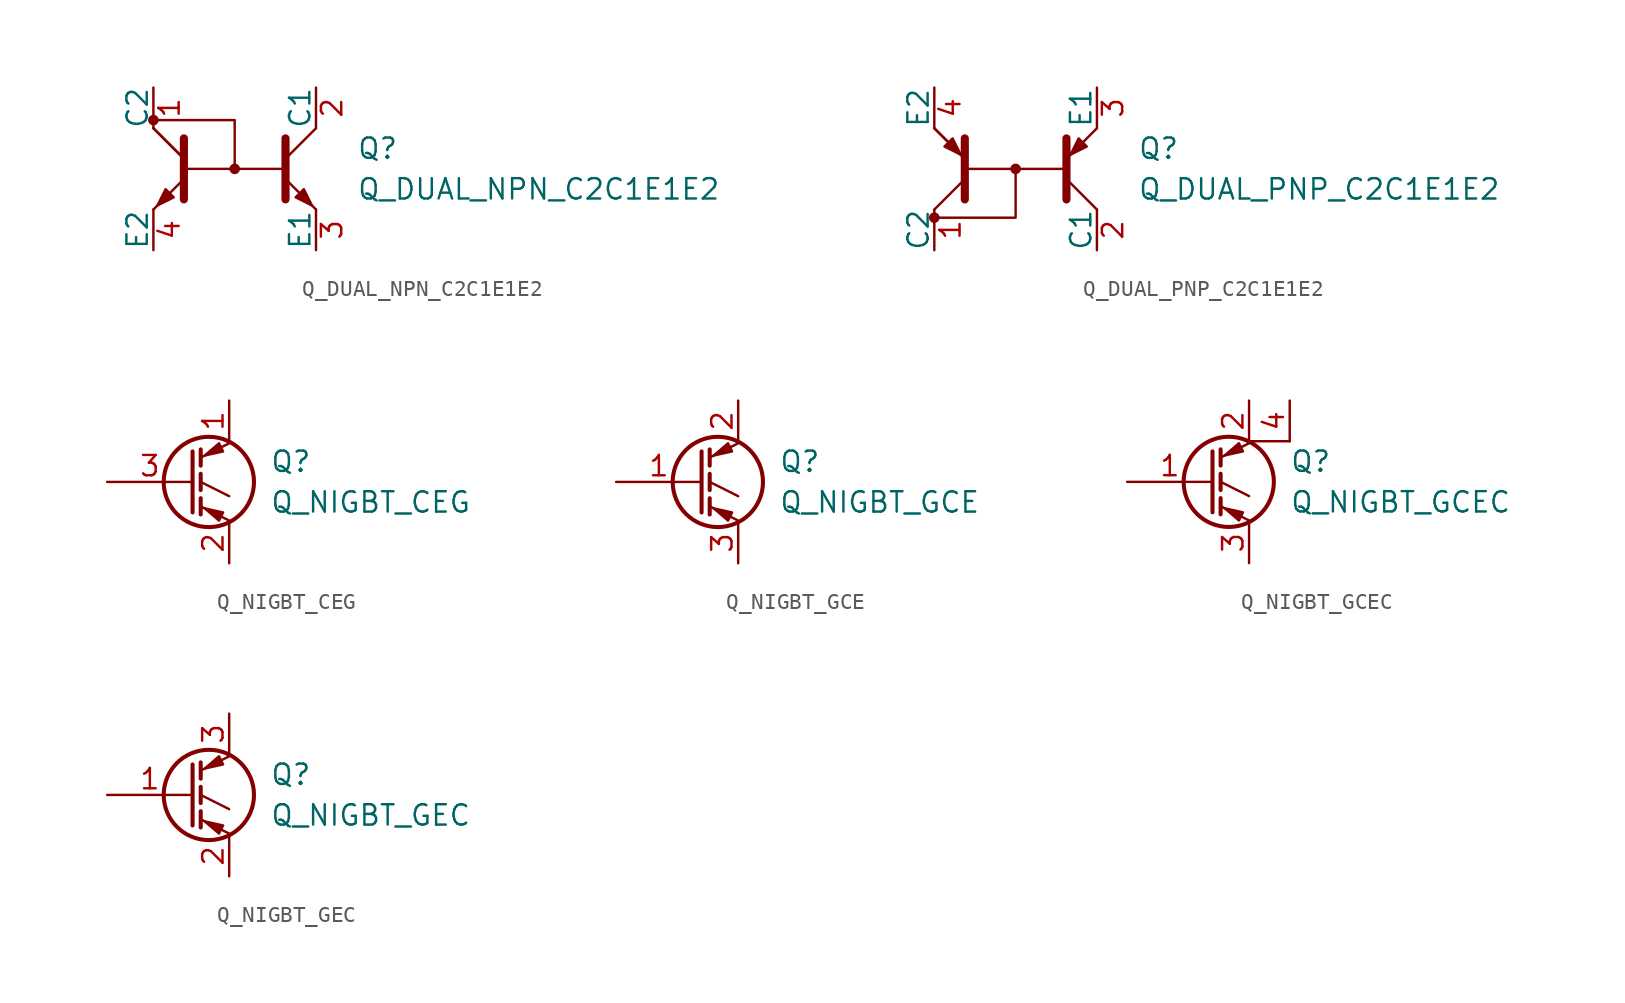
<source format=kicad_sym>
(kicad_symbol_lib
  (version 20211014)
  (generator kicad_symbol_editor)
  (symbol "Q_DUAL_NPN_C2C1E1E2"
    (pin_names
      (offset 0))
    (property "Reference" "Q"
      (at 7.62 1.27 0)
      (effects (font (size 1.27 1.27)) (justify left)))
    (property "Value" "Q_DUAL_NPN_C2C1E1E2"
      (at 7.62 -1.27 0)
      (effects (font (size 1.27 1.27)) (justify left)))
    (property "Datasheet" ""
      (at -2.54 0 0)
      (effects (font (size 1.27 1.27)) (justify left)))
    (symbol "Q_DUAL_NPN_C2C1E1E2_0_1"
      (circle (center -5.08 3.048) (radius 0.254) (stroke (width 0) (type default) (color 0 0 0 0)) (fill (type outline)))
      (polyline (pts (xy -5.08 -2.54) (xy -3.175 -0.635)) (stroke (width 0) (type default) (color 0 0 0 0)) (fill (type none)))
      (polyline (pts (xy -5.08 2.54) (xy -3.175 0.635)) (stroke (width 0) (type default) (color 0 0 0 0)) (fill (type none)))
      (polyline (pts (xy -5.08 2.54) (xy -3.175 0.635)) (stroke (width 0) (type default) (color 0 0 0 0)) (fill (type none)))
      (polyline (pts (xy 3.175 0) (xy -3.175 0)) (stroke (width 0) (type default) (color 0 0 0 0)) (fill (type none)))
      (polyline (pts (xy 5.08 -2.54) (xy 3.175 -0.635)) (stroke (width 0) (type default) (color 0 0 0 0)) (fill (type none)))
      (polyline (pts (xy 5.08 2.54) (xy 3.175 0.635)) (stroke (width 0) (type default) (color 0 0 0 0)) (fill (type none)))
      (polyline (pts (xy -3.175 -1.905) (xy -3.175 1.905) (xy -3.175 1.905)) (stroke (width 0.508) (type default) (color 0 0 0 0)) (fill (type outline)))
      (polyline (pts (xy 0 0) (xy 0 3.048) (xy -5.08 3.048)) (stroke (width 0) (type default) (color 0 0 0 0)) (fill (type none)))
      (polyline (pts (xy 3.175 -1.905) (xy 3.175 1.905) (xy 3.175 1.905)) (stroke (width 0.508) (type default) (color 0 0 0 0)) (fill (type outline)))
      (polyline (pts (xy -3.81 -1.778) (xy -4.318 -1.27) (xy -4.826 -2.286) (xy -3.81 -1.778) (xy -3.81 -1.778)) (stroke (width 0) (type default) (color 0 0 0 0)) (fill (type outline)))
      (polyline (pts (xy 3.81 -1.778) (xy 4.318 -1.27) (xy 4.826 -2.286) (xy 3.81 -1.778) (xy 3.81 -1.778)) (stroke (width 0) (type default) (color 0 0 0 0)) (fill (type outline)))
      (circle (center 0 0) (radius 0.254) (stroke (width 0) (type default) (color 0 0 0 0)) (fill (type outline))))
    (symbol "Q_DUAL_NPN_C2C1E1E2_1_1"
      (pin passive line (at -5.08 5.08 270) (length 2.54) (name "C2" (effects (font (size 1.27 1.27)))) (number "1" (effects (font (size 1.27 1.27)))))
      (pin passive line (at 5.08 5.08 270) (length 2.54) (name "C1" (effects (font (size 1.27 1.27)))) (number "2" (effects (font (size 1.27 1.27)))))
      (pin passive line (at 5.08 -5.08 90) (length 2.54) (name "E1" (effects (font (size 1.27 1.27)))) (number "3" (effects (font (size 1.27 1.27)))))
      (pin passive line (at -5.08 -5.08 90) (length 2.54) (name "E2" (effects (font (size 1.27 1.27)))) (number "4" (effects (font (size 1.27 1.27)))))))
  (symbol "Q_DUAL_PNP_C2C1E1E2"
    (pin_names
      (offset 0))
    (property "Reference" "Q"
      (at 7.62 1.27 0)
      (effects (font (size 1.27 1.27)) (justify left)))
    (property "Value" "Q_DUAL_PNP_C2C1E1E2"
      (at 7.62 -1.27 0)
      (effects (font (size 1.27 1.27)) (justify left)))
    (property "Datasheet" ""
      (at -2.54 0 0)
      (effects (font (size 1.27 1.27)) (justify left)))
    (symbol "Q_DUAL_PNP_C2C1E1E2_0_1"
      (circle (center -5.08 -3.048) (radius 0.254) (stroke (width 0) (type default) (color 0 0 0 0)) (fill (type outline)))
      (polyline (pts (xy -5.08 -2.54) (xy -3.175 -0.635)) (stroke (width 0) (type default) (color 0 0 0 0)) (fill (type none)))
      (polyline (pts (xy -5.08 2.54) (xy -3.175 0.635)) (stroke (width 0) (type default) (color 0 0 0 0)) (fill (type none)))
      (polyline (pts (xy -5.08 2.54) (xy -3.175 0.635)) (stroke (width 0) (type default) (color 0 0 0 0)) (fill (type none)))
      (polyline (pts (xy 3.175 0) (xy -3.175 0)) (stroke (width 0) (type default) (color 0 0 0 0)) (fill (type none)))
      (polyline (pts (xy 5.08 -2.54) (xy 3.175 -0.635)) (stroke (width 0) (type default) (color 0 0 0 0)) (fill (type none)))
      (polyline (pts (xy 5.08 2.54) (xy 3.175 0.635)) (stroke (width 0) (type default) (color 0 0 0 0)) (fill (type none)))
      (polyline (pts (xy -3.175 -1.905) (xy -3.175 1.905) (xy -3.175 1.905)) (stroke (width 0.508) (type default) (color 0 0 0 0)) (fill (type outline)))
      (polyline (pts (xy 0 0) (xy 0 -3.048) (xy -5.08 -3.048)) (stroke (width 0) (type default) (color 0 0 0 0)) (fill (type none)))
      (polyline (pts (xy 3.175 -1.905) (xy 3.175 1.905) (xy 3.175 1.905)) (stroke (width 0.508) (type default) (color 0 0 0 0)) (fill (type outline)))
      (polyline (pts (xy -3.937 1.905) (xy -4.445 1.397) (xy -3.429 0.889) (xy -3.937 1.905) (xy -3.937 1.905)) (stroke (width 0) (type default) (color 0 0 0 0)) (fill (type outline)))
      (polyline (pts (xy 3.937 1.905) (xy 4.445 1.397) (xy 3.429 0.889) (xy 3.937 1.905) (xy 3.937 1.905)) (stroke (width 0) (type default) (color 0 0 0 0)) (fill (type outline)))
      (circle (center 0 0) (radius 0.254) (stroke (width 0) (type default) (color 0 0 0 0)) (fill (type outline))))
    (symbol "Q_DUAL_PNP_C2C1E1E2_1_1"
      (pin passive line (at -5.08 -5.08 90) (length 2.54) (name "C2" (effects (font (size 1.27 1.27)))) (number "1" (effects (font (size 1.27 1.27)))))
      (pin passive line (at 5.08 -5.08 90) (length 2.54) (name "C1" (effects (font (size 1.27 1.27)))) (number "2" (effects (font (size 1.27 1.27)))))
      (pin passive line (at 5.08 5.08 270) (length 2.54) (name "E1" (effects (font (size 1.27 1.27)))) (number "3" (effects (font (size 1.27 1.27)))))
      (pin passive line (at -5.08 5.08 270) (length 2.54) (name "E2" (effects (font (size 1.27 1.27)))) (number "4" (effects (font (size 1.27 1.27)))))))
  (symbol "Q_NIGBT_CEG"
    (pin_names
      (offset 0) hide)
    (property "Reference" "Q"
      (at 5.08 1.27 0)
      (effects (font (size 1.27 1.27)) (justify left)))
    (property "Value" "Q_NIGBT_CEG"
      (at 5.08 -1.27 0)
      (effects (font (size 1.27 1.27)) (justify left)))
    (symbol "Q_NIGBT_CEG_0_1"
      (polyline (pts (xy 0.762 -1.016) (xy 0.762 -2.032)) (stroke (width 0.254) (type default) (color 0 0 0 0)) (fill (type none)))
      (polyline (pts (xy 0.762 0.508) (xy 0.762 -0.508)) (stroke (width 0.254) (type default) (color 0 0 0 0)) (fill (type none)))
      (polyline (pts (xy 0.762 2.032) (xy 0.762 1.016)) (stroke (width 0.254) (type default) (color 0 0 0 0)) (fill (type none)))
      (polyline (pts (xy 2.54 -2.413) (xy 0.762 -1.524)) (stroke (width 0) (type default) (color 0 0 0 0)) (fill (type none)))
      (polyline (pts (xy 2.54 -0.889) (xy 0.762 0)) (stroke (width 0) (type default) (color 0 0 0 0)) (fill (type none)))
      (polyline (pts (xy 2.54 2.413) (xy 0.762 1.524)) (stroke (width 0) (type default) (color 0 0 0 0)) (fill (type none)))
      (polyline (pts (xy 0.254 1.905) (xy 0.254 -1.905) (xy 0.254 -1.905)) (stroke (width 0.254) (type default) (color 0 0 0 0)) (fill (type none)))
      (polyline (pts (xy 2.159 -1.905) (xy 1.905 -2.413) (xy 1.016 -1.651) (xy 2.159 -1.905)) (stroke (width 0) (type default) (color 0 0 0 0)) (fill (type outline)))
      (polyline (pts (xy 2.159 1.905) (xy 1.905 2.413) (xy 1.016 1.651) (xy 2.159 1.905)) (stroke (width 0) (type default) (color 0 0 0 0)) (fill (type outline)))
      (circle (center 1.27 0) (radius 2.819) (stroke (width 0.254) (type default) (color 0 0 0 0)) (fill (type none))))
    (symbol "Q_NIGBT_CEG_1_1"
      (pin passive line (at 2.54 5.08 270) (length 2.54) (name "C" (effects (font (size 1.27 1.27)))) (number "1" (effects (font (size 1.27 1.27)))))
      (pin passive line (at 2.54 -5.08 90) (length 2.54) (name "E" (effects (font (size 1.27 1.27)))) (number "2" (effects (font (size 1.27 1.27)))))
      (pin input line (at -5.08 0 0) (length 5.334) (name "G" (effects (font (size 1.27 1.27)))) (number "3" (effects (font (size 1.27 1.27)))))))
  (symbol "Q_NIGBT_GCE"
    (pin_names
      (offset 0) hide)
    (property "Reference" "Q"
      (at 5.08 1.27 0)
      (effects (font (size 1.27 1.27)) (justify left)))
    (property "Value" "Q_NIGBT_GCE"
      (at 5.08 -1.27 0)
      (effects (font (size 1.27 1.27)) (justify left)))
    (symbol "Q_NIGBT_GCE_0_1"
      (polyline (pts (xy 0.762 -1.016) (xy 0.762 -2.032)) (stroke (width 0.254) (type default) (color 0 0 0 0)) (fill (type none)))
      (polyline (pts (xy 0.762 0.508) (xy 0.762 -0.508)) (stroke (width 0.254) (type default) (color 0 0 0 0)) (fill (type none)))
      (polyline (pts (xy 0.762 2.032) (xy 0.762 1.016)) (stroke (width 0.254) (type default) (color 0 0 0 0)) (fill (type none)))
      (polyline (pts (xy 2.54 -2.413) (xy 0.762 -1.524)) (stroke (width 0) (type default) (color 0 0 0 0)) (fill (type none)))
      (polyline (pts (xy 2.54 -0.889) (xy 0.762 0)) (stroke (width 0) (type default) (color 0 0 0 0)) (fill (type none)))
      (polyline (pts (xy 2.54 2.413) (xy 0.762 1.524)) (stroke (width 0) (type default) (color 0 0 0 0)) (fill (type none)))
      (polyline (pts (xy 0.254 1.905) (xy 0.254 -1.905) (xy 0.254 -1.905)) (stroke (width 0.254) (type default) (color 0 0 0 0)) (fill (type none)))
      (polyline (pts (xy 2.159 -1.905) (xy 1.905 -2.413) (xy 1.016 -1.651) (xy 2.159 -1.905)) (stroke (width 0) (type default) (color 0 0 0 0)) (fill (type outline)))
      (polyline (pts (xy 2.159 1.905) (xy 1.905 2.413) (xy 1.016 1.651) (xy 2.159 1.905)) (stroke (width 0) (type default) (color 0 0 0 0)) (fill (type outline)))
      (circle (center 1.27 0) (radius 2.819) (stroke (width 0.254) (type default) (color 0 0 0 0)) (fill (type none))))
    (symbol "Q_NIGBT_GCE_1_1"
      (pin input line (at -5.08 0 0) (length 5.334) (name "G" (effects (font (size 1.27 1.27)))) (number "1" (effects (font (size 1.27 1.27)))))
      (pin passive line (at 2.54 5.08 270) (length 2.54) (name "C" (effects (font (size 1.27 1.27)))) (number "2" (effects (font (size 1.27 1.27)))))
      (pin passive line (at 2.54 -5.08 90) (length 2.54) (name "E" (effects (font (size 1.27 1.27)))) (number "3" (effects (font (size 1.27 1.27)))))))
  (symbol "Q_NIGBT_GCEC"
    (pin_names
      (offset 0) hide)
    (property "Reference" "Q"
      (at 5.08 1.27 0)
      (effects (font (size 1.27 1.27)) (justify left)))
    (property "Value" "Q_NIGBT_GCEC"
      (at 5.08 -1.27 0)
      (effects (font (size 1.27 1.27)) (justify left)))
    (symbol "Q_NIGBT_GCEC_0_1"
      (polyline (pts (xy 0.762 -1.016) (xy 0.762 -2.032)) (stroke (width 0.254) (type default) (color 0 0 0 0)) (fill (type none)))
      (polyline (pts (xy 0.762 0.508) (xy 0.762 -0.508)) (stroke (width 0.254) (type default) (color 0 0 0 0)) (fill (type none)))
      (polyline (pts (xy 0.762 2.032) (xy 0.762 1.016)) (stroke (width 0.254) (type default) (color 0 0 0 0)) (fill (type none)))
      (polyline (pts (xy 2.54 -2.413) (xy 0.762 -1.524)) (stroke (width 0) (type default) (color 0 0 0 0)) (fill (type none)))
      (polyline (pts (xy 2.54 -0.889) (xy 0.762 0)) (stroke (width 0) (type default) (color 0 0 0 0)) (fill (type none)))
      (polyline (pts (xy 2.54 2.413) (xy 0.762 1.524)) (stroke (width 0) (type default) (color 0 0 0 0)) (fill (type none)))
      (polyline (pts (xy 2.54 2.54) (xy 5.08 2.54)) (stroke (width 0) (type default) (color 0 0 0 0)) (fill (type none)))
      (polyline (pts (xy 0.254 1.905) (xy 0.254 -1.905) (xy 0.254 -1.905)) (stroke (width 0.254) (type default) (color 0 0 0 0)) (fill (type none)))
      (polyline (pts (xy 2.159 -1.905) (xy 1.905 -2.413) (xy 1.016 -1.651) (xy 2.159 -1.905)) (stroke (width 0) (type default) (color 0 0 0 0)) (fill (type outline)))
      (polyline (pts (xy 2.159 1.905) (xy 1.905 2.413) (xy 1.016 1.651) (xy 2.159 1.905)) (stroke (width 0) (type default) (color 0 0 0 0)) (fill (type outline)))
      (circle (center 1.27 0) (radius 2.819) (stroke (width 0.254) (type default) (color 0 0 0 0)) (fill (type none))))
    (symbol "Q_NIGBT_GCEC_1_1"
      (pin input line (at -5.08 0 0) (length 5.334) (name "G" (effects (font (size 1.27 1.27)))) (number "1" (effects (font (size 1.27 1.27)))))
      (pin passive line (at 2.54 5.08 270) (length 2.54) (name "C" (effects (font (size 1.27 1.27)))) (number "2" (effects (font (size 1.27 1.27)))))
      (pin passive line (at 2.54 -5.08 90) (length 2.54) (name "E" (effects (font (size 1.27 1.27)))) (number "3" (effects (font (size 1.27 1.27)))))
      (pin passive line (at 5.08 5.08 270) (length 2.54) (name "C" (effects (font (size 1.27 1.27)))) (number "4" (effects (font (size 1.27 1.27)))))))
  (symbol "Q_NIGBT_GEC"
    (pin_names
      (offset 0) hide)
    (property "Reference" "Q"
      (at 5.08 1.27 0)
      (effects (font (size 1.27 1.27)) (justify left)))
    (property "Value" "Q_NIGBT_GEC"
      (at 5.08 -1.27 0)
      (effects (font (size 1.27 1.27)) (justify left)))
    (symbol "Q_NIGBT_GEC_0_1"
      (polyline (pts (xy 0.762 -1.016) (xy 0.762 -2.032)) (stroke (width 0.254) (type default) (color 0 0 0 0)) (fill (type none)))
      (polyline (pts (xy 0.762 0.508) (xy 0.762 -0.508)) (stroke (width 0.254) (type default) (color 0 0 0 0)) (fill (type none)))
      (polyline (pts (xy 0.762 2.032) (xy 0.762 1.016)) (stroke (width 0.254) (type default) (color 0 0 0 0)) (fill (type none)))
      (polyline (pts (xy 2.54 -2.413) (xy 0.762 -1.524)) (stroke (width 0) (type default) (color 0 0 0 0)) (fill (type none)))
      (polyline (pts (xy 2.54 -0.889) (xy 0.762 0)) (stroke (width 0) (type default) (color 0 0 0 0)) (fill (type none)))
      (polyline (pts (xy 2.54 2.413) (xy 0.762 1.524)) (stroke (width 0) (type default) (color 0 0 0 0)) (fill (type none)))
      (polyline (pts (xy 0.254 1.905) (xy 0.254 -1.905) (xy 0.254 -1.905)) (stroke (width 0.254) (type default) (color 0 0 0 0)) (fill (type none)))
      (polyline (pts (xy 2.159 -1.905) (xy 1.905 -2.413) (xy 1.016 -1.651) (xy 2.159 -1.905)) (stroke (width 0) (type default) (color 0 0 0 0)) (fill (type outline)))
      (polyline (pts (xy 2.159 1.905) (xy 1.905 2.413) (xy 1.016 1.651) (xy 2.159 1.905)) (stroke (width 0) (type default) (color 0 0 0 0)) (fill (type outline)))
      (circle (center 1.27 0) (radius 2.819) (stroke (width 0.254) (type default) (color 0 0 0 0)) (fill (type none))))
    (symbol "Q_NIGBT_GEC_1_1"
      (pin input line (at -5.08 0 0) (length 5.334) (name "G" (effects (font (size 1.27 1.27)))) (number "1" (effects (font (size 1.27 1.27)))))
      (pin passive line (at 2.54 -5.08 90) (length 2.54) (name "E" (effects (font (size 1.27 1.27)))) (number "2" (effects (font (size 1.27 1.27)))))
      (pin passive line (at 2.54 5.08 270) (length 2.54) (name "C" (effects (font (size 1.27 1.27)))) (number "3" (effects (font (size 1.27 1.27))))))))
</source>
